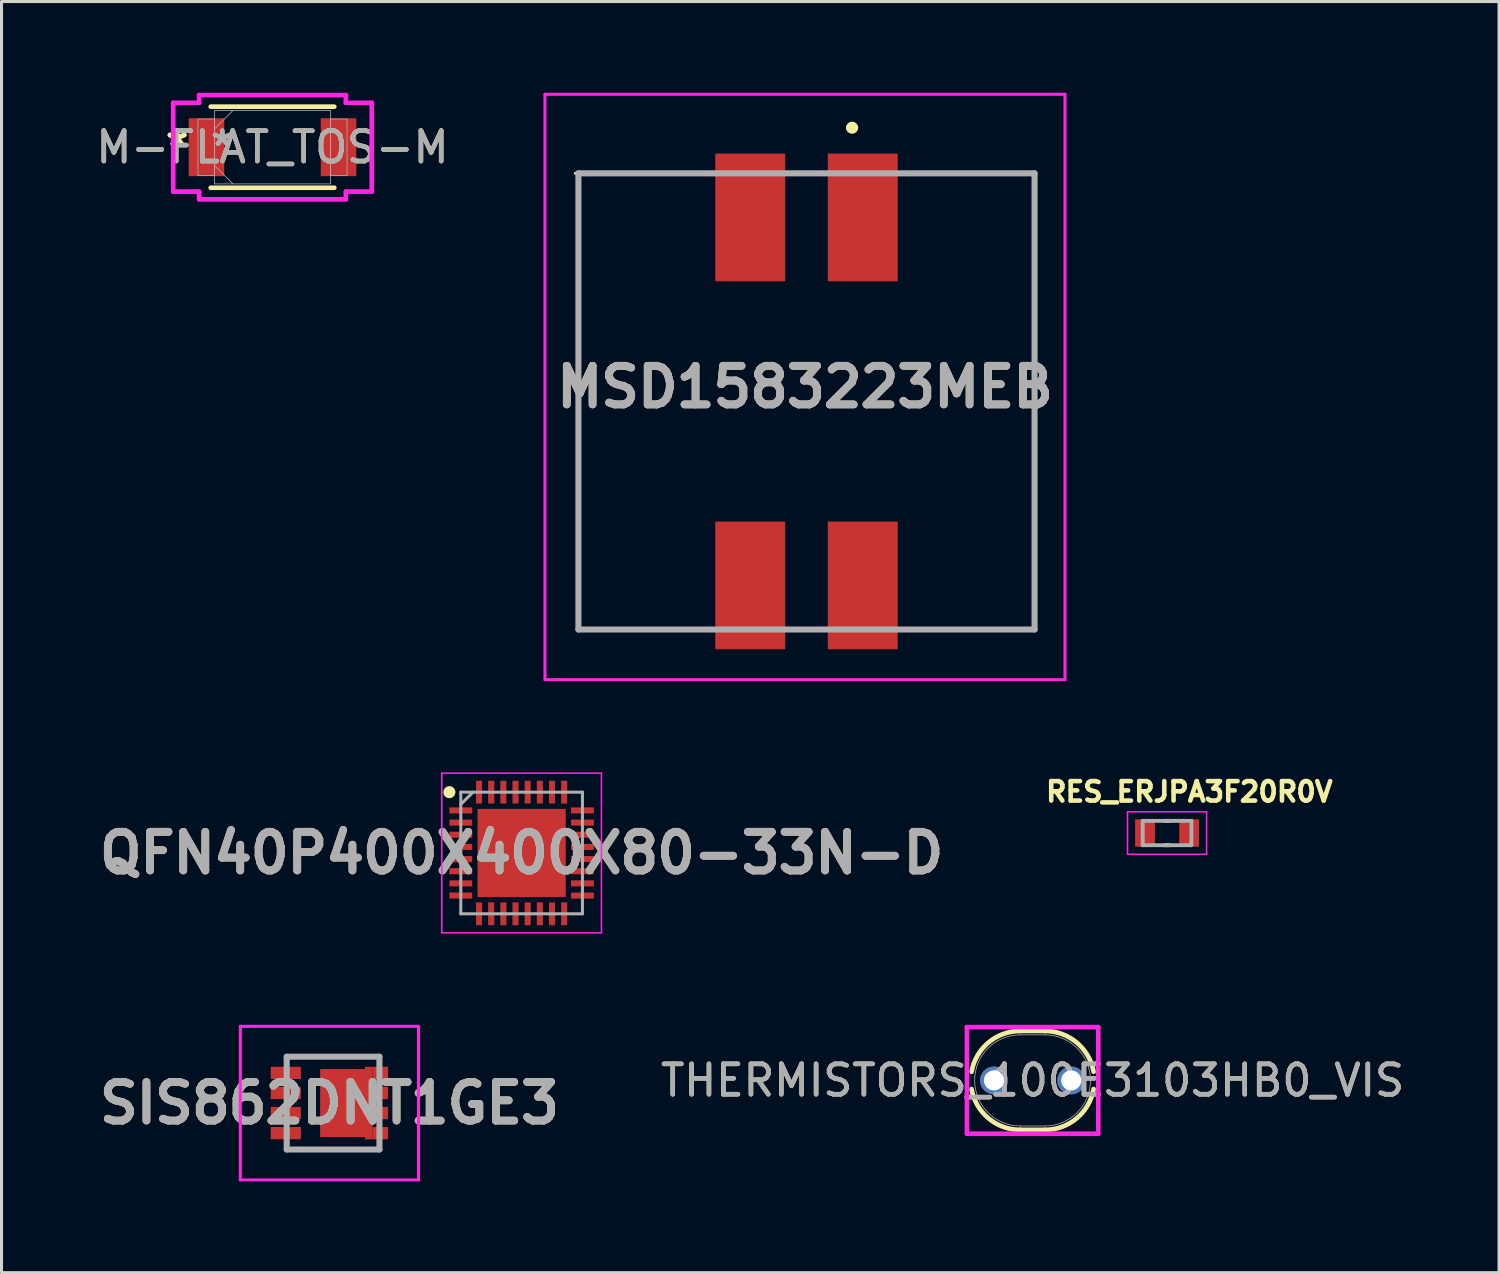
<source format=kicad_pcb>
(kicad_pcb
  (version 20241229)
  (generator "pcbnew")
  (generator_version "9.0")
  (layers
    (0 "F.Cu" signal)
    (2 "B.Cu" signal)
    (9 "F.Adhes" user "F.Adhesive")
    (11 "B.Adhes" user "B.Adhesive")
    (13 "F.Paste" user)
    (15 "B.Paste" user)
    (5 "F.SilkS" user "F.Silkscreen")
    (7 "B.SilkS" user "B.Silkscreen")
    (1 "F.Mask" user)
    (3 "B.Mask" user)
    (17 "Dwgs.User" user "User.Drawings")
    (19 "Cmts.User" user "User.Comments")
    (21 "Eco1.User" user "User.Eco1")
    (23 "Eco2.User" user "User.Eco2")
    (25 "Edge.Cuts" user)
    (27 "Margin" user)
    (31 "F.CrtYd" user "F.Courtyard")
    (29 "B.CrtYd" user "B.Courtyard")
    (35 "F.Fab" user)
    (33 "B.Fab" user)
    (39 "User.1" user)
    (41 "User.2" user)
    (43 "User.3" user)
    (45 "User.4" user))
  (footprint "M-FLAT_TOS-M"
    (layer "F.Cu")
    (at 5.911 1.791)
    (property "Reference" "M-FLAT_TOS-M" (at 0 0 0) (unlocked yes) (layer "F.SilkS") (effects (font (size 1 1) (thickness 0.15))))
    (attr smd)
    (fp_line (start -2.032 1.333) (end 2.032 1.333) (stroke (width 0.152) (type solid)) (layer "F.SilkS"))
    (fp_line (start 2.032 -1.333) (end -2.032 -1.333) (stroke (width 0.152) (type solid)) (layer "F.SilkS"))
    (fp_line (start -3.264 -1.46) (end -2.413 -1.46) (stroke (width 0.152) (type solid)) (layer "F.CrtYd"))
    (fp_line (start -3.264 1.46) (end -3.264 -1.46) (stroke (width 0.152) (type solid)) (layer "F.CrtYd"))
    (fp_line (start -2.413 -1.714) (end 2.413 -1.714) (stroke (width 0.152) (type solid)) (layer "F.CrtYd"))
    (fp_line (start -2.413 -1.46) (end -2.413 -1.714) (stroke (width 0.152) (type solid)) (layer "F.CrtYd"))
    (fp_line (start -2.413 1.46) (end -3.264 1.46) (stroke (width 0.152) (type solid)) (layer "F.CrtYd"))
    (fp_line (start -2.413 1.714) (end -2.413 1.46) (stroke (width 0.152) (type solid)) (layer "F.CrtYd"))
    (fp_line (start 2.413 -1.714) (end 2.413 -1.46) (stroke (width 0.152) (type solid)) (layer "F.CrtYd"))
    (fp_line (start 2.413 -1.46) (end 3.264 -1.46) (stroke (width 0.152) (type solid)) (layer "F.CrtYd"))
    (fp_line (start 2.413 1.46) (end 2.413 1.714) (stroke (width 0.152) (type solid)) (layer "F.CrtYd"))
    (fp_line (start 2.413 1.714) (end -2.413 1.714) (stroke (width 0.152) (type solid)) (layer "F.CrtYd"))
    (fp_line (start 3.264 -1.46) (end 3.264 1.46) (stroke (width 0.152) (type solid)) (layer "F.CrtYd"))
    (fp_line (start 3.264 1.46) (end 2.413 1.46) (stroke (width 0.152) (type solid)) (layer "F.CrtYd"))
    (fp_line (start -2.451 -0.927) (end -2.451 0.927) (stroke (width 0.025) (type solid)) (layer "F.Fab"))
    (fp_line (start -2.451 0.927) (end -1.905 0.927) (stroke (width 0.025) (type solid)) (layer "F.Fab"))
    (fp_line (start -1.905 -1.206) (end -1.905 1.206) (stroke (width 0.025) (type solid)) (layer "F.Fab"))
    (fp_line (start -1.905 -0.927) (end -2.451 -0.927) (stroke (width 0.025) (type solid)) (layer "F.Fab"))
    (fp_line (start -1.905 -0.603) (end -1.302 -1.206) (stroke (width 0.025) (type solid)) (layer "F.Fab"))
    (fp_line (start -1.905 0.603) (end -1.302 1.206) (stroke (width 0.025) (type solid)) (layer "F.Fab"))
    (fp_line (start -1.905 0.927) (end -1.905 -0.927) (stroke (width 0.025) (type solid)) (layer "F.Fab"))
    (fp_line (start -1.905 1.206) (end 1.905 1.206) (stroke (width 0.025) (type solid)) (layer "F.Fab"))
    (fp_line (start 1.905 -1.206) (end -1.905 -1.206) (stroke (width 0.025) (type solid)) (layer "F.Fab"))
    (fp_line (start 1.905 -0.927) (end 1.905 0.927) (stroke (width 0.025) (type solid)) (layer "F.Fab"))
    (fp_line (start 1.905 0.927) (end 2.451 0.927) (stroke (width 0.025) (type solid)) (layer "F.Fab"))
    (fp_line (start 1.905 1.206) (end 1.905 -1.206) (stroke (width 0.025) (type solid)) (layer "F.Fab"))
    (fp_line (start 2.451 -0.927) (end 1.905 -0.927) (stroke (width 0.025) (type solid)) (layer "F.Fab"))
    (fp_line (start 2.451 0.927) (end 2.451 -0.927) (stroke (width 0.025) (type solid)) (layer "F.Fab"))
    (fp_text user "*" (at -3.137 0 0) (layer "F.SilkS") (effects (font (size 1 1) (thickness 0.15))))
    (fp_text user "*" (at -3.137 0 0) (unlocked yes) (layer "F.SilkS") (effects (font (size 1 1) (thickness 0.15))))
    (fp_text user "*" (at -1.651 0 0) (layer "F.Fab") (effects (font (size 1 1) (thickness 0.15))))
    (fp_text user "*" (at -1.651 0 0) (unlocked yes) (layer "F.Fab") (effects (font (size 1 1) (thickness 0.15))))
    (fp_text user "${REFERENCE}" (at 0 0 0) (unlocked yes) (layer "F.Fab") (effects (font (size 1 1) (thickness 0.15))))
    (pad "1" smd rect (at -2.172 0) (size 1.168 1.905) (layers "F.Cu" "F.Mask" "F.Paste"))
    (pad "2" smd rect (at 2.172 0) (size 1.168 1.905) (layers "F.Cu" "F.Mask" "F.Paste"))
    (zone (net_name "") (layer "F.Cu") (hatch full 0.508) (connect_pads) (min_thickness 0.254) (filled_areas_thickness no) (keepout (tracks not_allowed) (vias not_allowed) (pads allowed) (copperpour not_allowed) (footprints allowed)) (placement (enabled no)) (fill) (polygon (pts (xy 4.374 0.635) (xy 7.447 0.635) (xy 7.447 2.946) (xy 4.374 2.946)))))
  (footprint "QFN40P400X400X80-33N-D"
    (layer "F.Cu")
    (at 14.103 25)
    (property "Reference" "QFN40P400X400X80-33N-D" (at 0 0 0) (layer "F.SilkS") (effects (font (size 1.27 1.27) (thickness 0.254))))
    (attr smd)
    (fp_circle (center -2.375 -2) (end -2.375 -1.9) (stroke (width 0.2) (type solid)) (fill no) (layer "F.SilkS"))
    (fp_line (start -2.625 -2.625) (end 2.625 -2.625) (stroke (width 0.05) (type solid)) (layer "F.CrtYd"))
    (fp_line (start -2.625 2.625) (end -2.625 -2.625) (stroke (width 0.05) (type solid)) (layer "F.CrtYd"))
    (fp_line (start 2.625 -2.625) (end 2.625 2.625) (stroke (width 0.05) (type solid)) (layer "F.CrtYd"))
    (fp_line (start 2.625 2.625) (end -2.625 2.625) (stroke (width 0.05) (type solid)) (layer "F.CrtYd"))
    (fp_line (start -2 -2) (end 2 -2) (stroke (width 0.1) (type solid)) (layer "F.Fab"))
    (fp_line (start -2 -1.6) (end -1.6 -2) (stroke (width 0.1) (type solid)) (layer "F.Fab"))
    (fp_line (start -2 2) (end -2 -2) (stroke (width 0.1) (type solid)) (layer "F.Fab"))
    (fp_line (start 2 -2) (end 2 2) (stroke (width 0.1) (type solid)) (layer "F.Fab"))
    (fp_line (start 2 2) (end -2 2) (stroke (width 0.1) (type solid)) (layer "F.Fab"))
    (fp_text user "${REFERENCE}" (at 0 0 0) (layer "F.Fab") (effects (font (size 1.27 1.27) (thickness 0.254))))
    (pad "1" smd rect (at -2 -1.4 90) (size 0.2 0.75) (layers "F.Cu" "F.Mask" "F.Paste"))
    (pad "2" smd rect (at -2 -1 90) (size 0.2 0.75) (layers "F.Cu" "F.Mask" "F.Paste"))
    (pad "3" smd rect (at -2 -0.6 90) (size 0.2 0.75) (layers "F.Cu" "F.Mask" "F.Paste"))
    (pad "4" smd rect (at -2 -0.2 90) (size 0.2 0.75) (layers "F.Cu" "F.Mask" "F.Paste"))
    (pad "5" smd rect (at -2 0.2 90) (size 0.2 0.75) (layers "F.Cu" "F.Mask" "F.Paste"))
    (pad "6" smd rect (at -2 0.6 90) (size 0.2 0.75) (layers "F.Cu" "F.Mask" "F.Paste"))
    (pad "7" smd rect (at -2 1 90) (size 0.2 0.75) (layers "F.Cu" "F.Mask" "F.Paste"))
    (pad "8" smd rect (at -2 1.4 90) (size 0.2 0.75) (layers "F.Cu" "F.Mask" "F.Paste"))
    (pad "9" smd rect (at -1.4 2) (size 0.2 0.75) (layers "F.Cu" "F.Mask" "F.Paste"))
    (pad "10" smd rect (at -1 2) (size 0.2 0.75) (layers "F.Cu" "F.Mask" "F.Paste"))
    (pad "11" smd rect (at -0.6 2) (size 0.2 0.75) (layers "F.Cu" "F.Mask" "F.Paste"))
    (pad "12" smd rect (at -0.2 2) (size 0.2 0.75) (layers "F.Cu" "F.Mask" "F.Paste"))
    (pad "13" smd rect (at 0.2 2) (size 0.2 0.75) (layers "F.Cu" "F.Mask" "F.Paste"))
    (pad "14" smd rect (at 0.6 2) (size 0.2 0.75) (layers "F.Cu" "F.Mask" "F.Paste"))
    (pad "15" smd rect (at 1 2) (size 0.2 0.75) (layers "F.Cu" "F.Mask" "F.Paste"))
    (pad "16" smd rect (at 1.4 2) (size 0.2 0.75) (layers "F.Cu" "F.Mask" "F.Paste"))
    (pad "17" smd rect (at 2 1.4 90) (size 0.2 0.75) (layers "F.Cu" "F.Mask" "F.Paste"))
    (pad "18" smd rect (at 2 1 90) (size 0.2 0.75) (layers "F.Cu" "F.Mask" "F.Paste"))
    (pad "19" smd rect (at 2 0.6 90) (size 0.2 0.75) (layers "F.Cu" "F.Mask" "F.Paste"))
    (pad "20" smd rect (at 2 0.2 90) (size 0.2 0.75) (layers "F.Cu" "F.Mask" "F.Paste"))
    (pad "21" smd rect (at 2 -0.2 90) (size 0.2 0.75) (layers "F.Cu" "F.Mask" "F.Paste"))
    (pad "22" smd rect (at 2 -0.6 90) (size 0.2 0.75) (layers "F.Cu" "F.Mask" "F.Paste"))
    (pad "23" smd rect (at 2 -1 90) (size 0.2 0.75) (layers "F.Cu" "F.Mask" "F.Paste"))
    (pad "24" smd rect (at 2 -1.4 90) (size 0.2 0.75) (layers "F.Cu" "F.Mask" "F.Paste"))
    (pad "25" smd rect (at 1.4 -2) (size 0.2 0.75) (layers "F.Cu" "F.Mask" "F.Paste"))
    (pad "26" smd rect (at 1 -2) (size 0.2 0.75) (layers "F.Cu" "F.Mask" "F.Paste"))
    (pad "27" smd rect (at 0.6 -2) (size 0.2 0.75) (layers "F.Cu" "F.Mask" "F.Paste"))
    (pad "28" smd rect (at 0.2 -2) (size 0.2 0.75) (layers "F.Cu" "F.Mask" "F.Paste"))
    (pad "29" smd rect (at -0.2 -2) (size 0.2 0.75) (layers "F.Cu" "F.Mask" "F.Paste"))
    (pad "30" smd rect (at -0.6 -2) (size 0.2 0.75) (layers "F.Cu" "F.Mask" "F.Paste"))
    (pad "31" smd rect (at -1 -2) (size 0.2 0.75) (layers "F.Cu" "F.Mask" "F.Paste"))
    (pad "32" smd rect (at -1.4 -2) (size 0.2 0.75) (layers "F.Cu" "F.Mask" "F.Paste"))
    (pad "33" smd rect (at 0 0) (size 2.9 2.9) (layers "F.Cu" "F.Mask" "F.Paste")))
  (footprint "THERMISTORS_100E3103HB0_VIS"
    (layer "F.Cu")
    (at 29.636 32.479)
    (property "Reference" "THERMISTORS_100E3103HB0_VIS" (at 1.27 0 0) (unlocked yes) (layer "F.SilkS") (effects (font (size 1 1) (thickness 0.15))))
    (attr through_hole)
    (fp_line (start 0.864 -1.626) (end 1.676 -1.626) (stroke (width 0.152) (type solid)) (layer "F.SilkS"))
    (fp_line (start 0.864 1.626) (end 1.676 1.626) (stroke (width 0.152) (type solid)) (layer "F.SilkS"))
    (fp_arc (start -0.736895 -0.284589) (mid -0.180418 -1.246034) (end 0.8636 -1.6256) (stroke (width 0.1524) (type solid)) (layer "F.SilkS"))
    (fp_arc (start 0.863601 1.6256) (mid -0.180417 1.246035) (end -0.736895 0.28459) (stroke (width 0.1524) (type solid)) (layer "F.SilkS"))
    (fp_arc (start 1.6764 -1.6256) (mid 2.720418 -1.246034) (end 3.276895 -0.284589) (stroke (width 0.1524) (type solid)) (layer "F.SilkS"))
    (fp_arc (start 3.276895 0.284589) (mid 2.720418 1.246034) (end 1.6764 1.6256) (stroke (width 0.1524) (type solid)) (layer "F.SilkS"))
    (fp_line (start -0.889 -1.753) (end 3.429 -1.753) (stroke (width 0.152) (type solid)) (layer "F.CrtYd"))
    (fp_line (start -0.889 1.753) (end -0.889 -1.753) (stroke (width 0.152) (type solid)) (layer "F.CrtYd"))
    (fp_line (start 3.429 -1.753) (end 3.429 1.753) (stroke (width 0.152) (type solid)) (layer "F.CrtYd"))
    (fp_line (start 3.429 1.753) (end -0.889 1.753) (stroke (width 0.152) (type solid)) (layer "F.CrtYd"))
    (fp_line (start 0.864 -1.499) (end 1.676 -1.499) (stroke (width 0.025) (type solid)) (layer "F.Fab"))
    (fp_line (start 0.864 1.499) (end 1.676 1.499) (stroke (width 0.025) (type solid)) (layer "F.Fab"))
    (fp_arc (start 0.8636 1.4986) (mid -0.635 0) (end 0.8636 -1.4986) (stroke (width 0.0254) (type solid)) (layer "F.Fab"))
    (fp_arc (start 1.6764 -1.4986) (mid 3.175 0) (end 1.6764 1.4986) (stroke (width 0.0254) (type solid)) (layer "F.Fab"))
    (fp_text user "${REFERENCE}" (at 1.27 0 0) (unlocked yes) (layer "F.Fab") (effects (font (size 1 1) (thickness 0.15))))
    (pad "1" thru_hole circle (at 0 0) (size 0.914 0.914) (drill 0.66) (layers "*.Cu" "*.Mask"))
    (pad "2" thru_hole circle (at 2.54 0) (size 0.914 0.914) (drill 0.66) (layers "*.Cu" "*.Mask")))
  (footprint "RES_ERJPA3F20R0V"
    (layer "F.Cu")
    (at 35.328 24.344)
    (property "Reference" "RES_ERJPA3F20R0V" (at 0.732 -1.356 0) (layer "F.SilkS") (effects (font (size 0.64 0.64) (thickness 0.15))))
    (attr smd)
    (fp_line (start -0.08 -0.4) (end 0.08 -0.4) (stroke (width 0.127) (type solid)) (layer "F.SilkS"))
    (fp_line (start -0.08 0.4) (end 0.08 0.4) (stroke (width 0.127) (type solid)) (layer "F.SilkS"))
    (fp_line (start -1.3 -0.7) (end -1.3 0.7) (stroke (width 0.05) (type solid)) (layer "F.CrtYd"))
    (fp_line (start -1.3 0.7) (end 1.3 0.7) (stroke (width 0.05) (type solid)) (layer "F.CrtYd"))
    (fp_line (start 1.3 -0.7) (end -1.3 -0.7) (stroke (width 0.05) (type solid)) (layer "F.CrtYd"))
    (fp_line (start 1.3 0.7) (end 1.3 -0.7) (stroke (width 0.05) (type solid)) (layer "F.CrtYd"))
    (fp_line (start -0.8 -0.4) (end -0.8 0.4) (stroke (width 0.127) (type solid)) (layer "F.Fab"))
    (fp_line (start -0.8 -0.4) (end 0.8 -0.4) (stroke (width 0.127) (type solid)) (layer "F.Fab"))
    (fp_line (start -0.8 0.4) (end 0.8 0.4) (stroke (width 0.127) (type solid)) (layer "F.Fab"))
    (fp_line (start 0.8 -0.4) (end 0.8 0.4) (stroke (width 0.127) (type solid)) (layer "F.Fab"))
    (pad "1" smd rect (at -0.725 0) (size 0.65 0.9) (layers "F.Cu" "F.Mask" "F.Paste"))
    (pad "2" smd rect (at 0.725 0) (size 0.65 0.9) (layers "F.Cu" "F.Mask" "F.Paste")))
  (footprint "MSD1583223MEB"
    (layer "F.Cu")
    (at 23.471 10.15)
    (property "Reference" "MSD1583223MEB" (at -0.05 -0.475 0) (layer "F.SilkS") (effects (font (size 1.27 1.27) (thickness 0.254))))
    (attr smd)
    (fp_line (start -7.5 -7.5) (end -7.5 7.5) (stroke (width 0.1) (type solid)) (layer "F.SilkS"))
    (fp_line (start -7.5 7.5) (end -3.6 7.5) (stroke (width 0.1) (type solid)) (layer "F.SilkS"))
    (fp_line (start -3.6 -7.5) (end -7.6 -7.5) (stroke (width 0.1) (type solid)) (layer "F.SilkS"))
    (fp_line (start 1.4 -9) (end 1.4 -9) (stroke (width 0.2) (type solid)) (layer "F.SilkS"))
    (fp_line (start 1.6 -9) (end 1.6 -9) (stroke (width 0.2) (type solid)) (layer "F.SilkS"))
    (fp_line (start 3.6 -7.5) (end 7.5 -7.5) (stroke (width 0.1) (type solid)) (layer "F.SilkS"))
    (fp_line (start 7.5 -7.5) (end 7.5 7.5) (stroke (width 0.1) (type solid)) (layer "F.SilkS"))
    (fp_line (start 7.5 7.5) (end 3.4 7.5) (stroke (width 0.1) (type solid)) (layer "F.SilkS"))
    (fp_arc (start 1.4 -9) (mid 1.5 -9.1) (end 1.6 -9) (stroke (width 0.2) (type solid)) (layer "F.SilkS"))
    (fp_arc (start 1.6 -9) (mid 1.5 -8.9) (end 1.4 -9) (stroke (width 0.2) (type solid)) (layer "F.SilkS"))
    (fp_line (start -8.6 -10.1) (end 8.5 -10.1) (stroke (width 0.1) (type solid)) (layer "F.CrtYd"))
    (fp_line (start -8.6 9.15) (end -8.6 -10.1) (stroke (width 0.1) (type solid)) (layer "F.CrtYd"))
    (fp_line (start 8.5 -10.1) (end 8.5 9.15) (stroke (width 0.1) (type solid)) (layer "F.CrtYd"))
    (fp_line (start 8.5 9.15) (end -8.6 9.15) (stroke (width 0.1) (type solid)) (layer "F.CrtYd"))
    (fp_line (start -7.5 -7.5) (end 7.5 -7.5) (stroke (width 0.2) (type solid)) (layer "F.Fab"))
    (fp_line (start -7.5 7.5) (end -7.5 -7.5) (stroke (width 0.2) (type solid)) (layer "F.Fab"))
    (fp_line (start 7.5 -7.5) (end 7.5 7.5) (stroke (width 0.2) (type solid)) (layer "F.Fab"))
    (fp_line (start 7.5 7.5) (end -7.5 7.5) (stroke (width 0.2) (type solid)) (layer "F.Fab"))
    (fp_text user "${REFERENCE}" (at -0.05 -0.475 0) (layer "F.Fab") (effects (font (size 1.27 1.27) (thickness 0.254))))
    (pad "1" smd rect (at 1.85 -6.05) (size 2.3 4.2) (layers "F.Cu" "F.Mask" "F.Paste"))
    (pad "2" smd rect (at -1.85 -6.05) (size 2.3 4.2) (layers "F.Cu" "F.Mask" "F.Paste"))
    (pad "3" smd rect (at -1.85 6.05) (size 2.3 4.2) (layers "F.Cu" "F.Mask" "F.Paste"))
    (pad "4" smd rect (at 1.85 6.05) (size 2.3 4.2) (layers "F.Cu" "F.Mask" "F.Paste")))
  (footprint "SIS862DNT1GE3"
    (layer "F.Cu")
    (at 7.903 33.225)
    (property "Reference" "SIS862DNT1GE3" (at -0.12 0 0) (layer "F.SilkS") (effects (font (size 1.27 1.27) (thickness 0.254))))
    (attr smd)
    (fp_line (start -1.525 -1.525) (end 1.555 -1.525) (stroke (width 0.1) (type solid)) (layer "F.SilkS"))
    (fp_line (start -1.5 1.525) (end 1.525 1.525) (stroke (width 0.1) (type solid)) (layer "F.SilkS"))
    (fp_line (start -3.05 -2.525) (end 2.81 -2.525) (stroke (width 0.1) (type solid)) (layer "F.CrtYd"))
    (fp_line (start -3.05 2.525) (end -3.05 -2.525) (stroke (width 0.1) (type solid)) (layer "F.CrtYd"))
    (fp_line (start 2.81 -2.525) (end 2.81 2.525) (stroke (width 0.1) (type solid)) (layer "F.CrtYd"))
    (fp_line (start 2.81 2.525) (end -3.05 2.525) (stroke (width 0.1) (type solid)) (layer "F.CrtYd"))
    (fp_line (start -1.525 -1.525) (end 1.525 -1.525) (stroke (width 0.2) (type solid)) (layer "F.Fab"))
    (fp_line (start -1.525 1.525) (end -1.525 -1.525) (stroke (width 0.2) (type solid)) (layer "F.Fab"))
    (fp_line (start 1.525 -1.525) (end 1.525 1.525) (stroke (width 0.2) (type solid)) (layer "F.Fab"))
    (fp_line (start 1.525 1.525) (end -1.525 1.525) (stroke (width 0.2) (type solid)) (layer "F.Fab"))
    (fp_text user "${REFERENCE}" (at -0.12 0 0) (layer "F.Fab") (effects (font (size 1.27 1.27) (thickness 0.254))))
    (pad "1" smd rect (at -1.555 -0.992 90) (size 0.405 0.99) (layers "F.Cu" "F.Mask" "F.Paste"))
    (pad "2" smd rect (at -1.555 -0.332 90) (size 0.405 0.99) (layers "F.Cu" "F.Mask" "F.Paste"))
    (pad "3" smd rect (at -1.555 0.328 90) (size 0.405 0.99) (layers "F.Cu" "F.Mask" "F.Paste"))
    (pad "4" smd rect (at -1.555 0.988 90) (size 0.405 0.99) (layers "F.Cu" "F.Mask" "F.Paste"))
    (pad "5" smd rect (at 1.555 0.988 90) (size 0.405 0.51) (layers "F.Cu" "F.Mask" "F.Paste"))
    (pad "6" smd rect (at 1.555 0.328 90) (size 0.405 0.51) (layers "F.Cu" "F.Mask" "F.Paste"))
    (pad "7" smd rect (at 1.555 -0.332 90) (size 0.405 0.51) (layers "F.Cu" "F.Mask" "F.Paste"))
    (pad "8" smd rect (at 1.555 -0.992 90) (size 0.405 0.51) (layers "F.Cu" "F.Mask" "F.Paste"))
    (pad "9" smd rect (at 0.438 -0.002) (size 1.725 2.235) (layers "F.Cu" "F.Mask" "F.Paste"))
    (pad "10" smd rect (at 1.175 1.156 90) (size 0.077 0.25) (layers "F.Cu" "F.Mask" "F.Paste"))
    (pad "11" smd rect (at 1.175 -1.156 90) (size 0.077 0.25) (layers "F.Cu" "F.Mask" "F.Paste")))
  (gr_rect
    (start -3 -3)
    (end 46.245 38.8)
    (stroke (width 0.1) (type default))
    (fill no)
    (layer "Edge.Cuts")))
</source>
